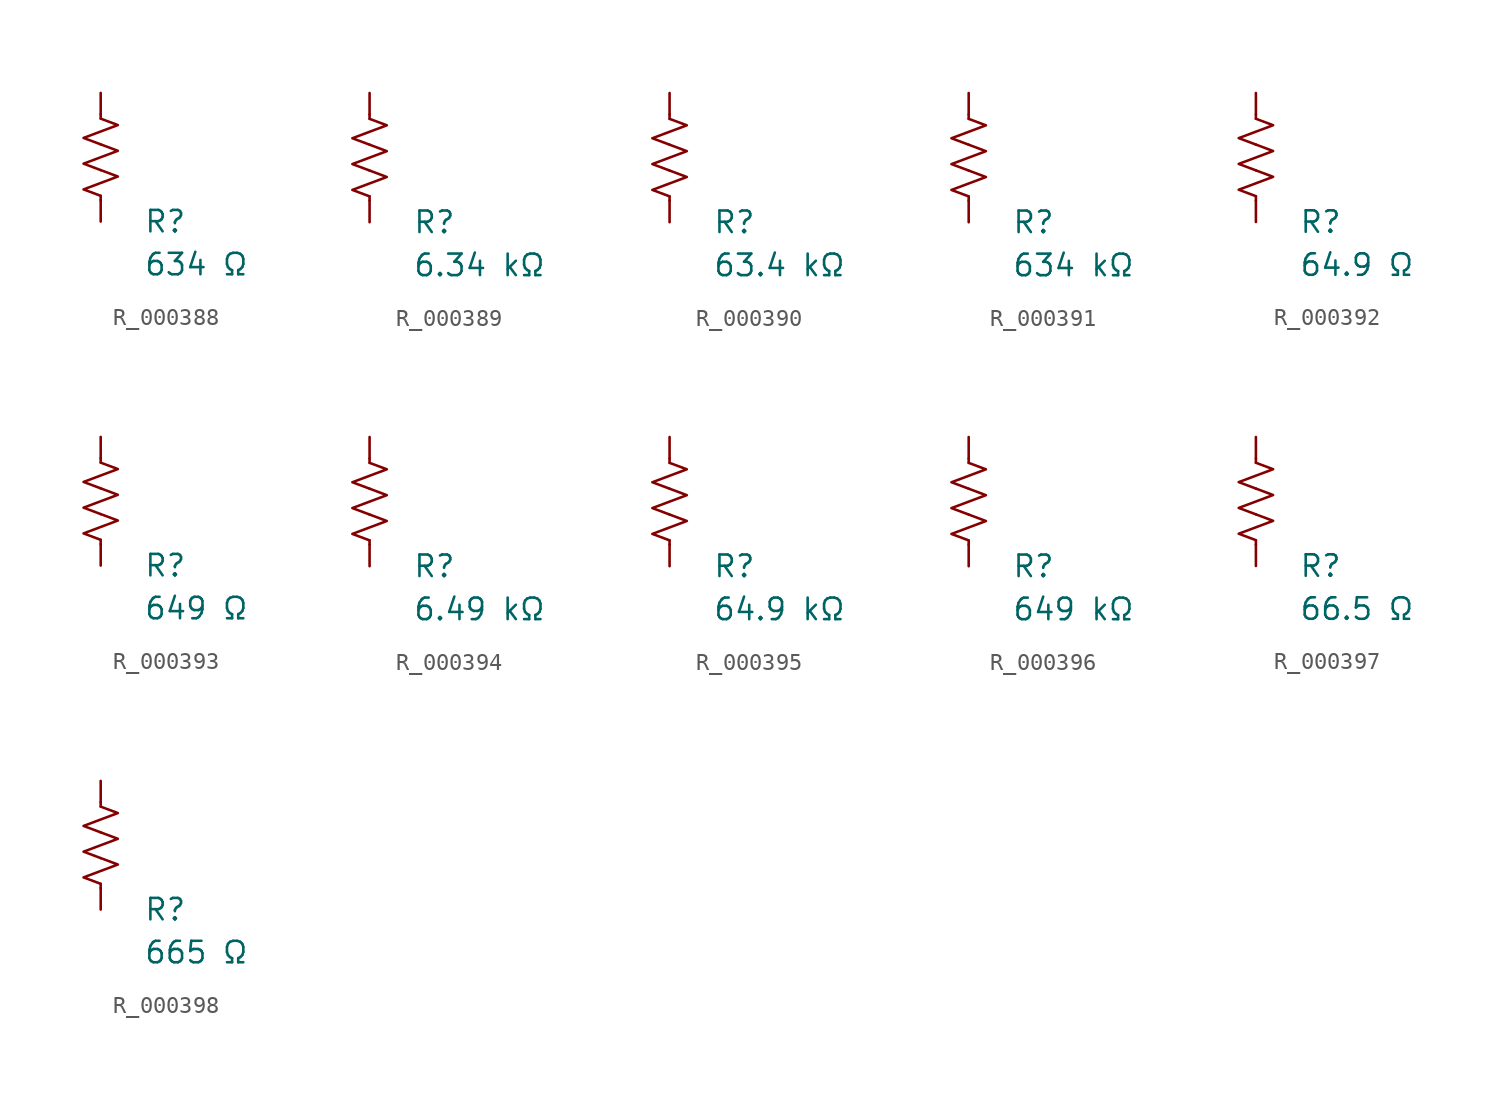
<source format=kicad_sym>
(kicad_symbol_lib
  (version 20231120)
  (generator "kicad_symbol_editor")
  (generator_version "8.0")
  (symbol "R_000388"
    (pin_numbers hide)
    (pin_names
      (offset 0))
    (property "Reference" "R"
      (at 2.54 -3.81 0)
      (effects (font (size 1.27 1.27)) (justify left))
      (show_name no))
    (property "Value" "634 Ω"
      (at 2.54 -6.35 0)
      (effects (font (size 1.27 1.27)) (justify left))
      (show_name no))
    (symbol "R_000388_0_1"
      (polyline (pts (xy 0 -2.286) (xy 0 -2.54)) (stroke (width 0) (type default)) (fill (type none)))
      (polyline (pts (xy 0 2.286) (xy 0 2.54)) (stroke (width 0) (type default)) (fill (type none)))
      (polyline (pts (xy 0 -0.762) (xy 1.016 -1.143) (xy 0 -1.524) (xy -1.016 -1.905) (xy 0 -2.286)) (stroke (width 0) (type default)) (fill (type none)))
      (polyline (pts (xy 0 0.762) (xy 1.016 0.381) (xy 0 0) (xy -1.016 -0.381) (xy 0 -0.762)) (stroke (width 0) (type default)) (fill (type none)))
      (polyline (pts (xy 0 2.286) (xy 1.016 1.905) (xy 0 1.524) (xy -1.016 1.143) (xy 0 0.762)) (stroke (width 0) (type default)) (fill (type none))))
    (symbol "R_000388_1_1"
      (pin passive line (at 0 3.81 270) (length 1.27) (name "~" (effects (font (size 1.27 1.27)))) (number "1" (effects (font (size 1.27 1.27)))))
      (pin passive line (at 0 -3.81 90) (length 1.27) (name "~" (effects (font (size 1.27 1.27)))) (number "2" (effects (font (size 1.27 1.27)))))))
  (symbol "R_000389"
    (pin_numbers hide)
    (pin_names
      (offset 0))
    (property "Reference" "R"
      (at 2.54 -3.81 0)
      (effects (font (size 1.27 1.27)) (justify left))
      (show_name no))
    (property "Value" "6.34 kΩ"
      (at 2.54 -6.35 0)
      (effects (font (size 1.27 1.27)) (justify left))
      (show_name no))
    (symbol "R_000389_0_1"
      (polyline (pts (xy 0 -2.286) (xy 0 -2.54)) (stroke (width 0) (type default)) (fill (type none)))
      (polyline (pts (xy 0 2.286) (xy 0 2.54)) (stroke (width 0) (type default)) (fill (type none)))
      (polyline (pts (xy 0 -0.762) (xy 1.016 -1.143) (xy 0 -1.524) (xy -1.016 -1.905) (xy 0 -2.286)) (stroke (width 0) (type default)) (fill (type none)))
      (polyline (pts (xy 0 0.762) (xy 1.016 0.381) (xy 0 0) (xy -1.016 -0.381) (xy 0 -0.762)) (stroke (width 0) (type default)) (fill (type none)))
      (polyline (pts (xy 0 2.286) (xy 1.016 1.905) (xy 0 1.524) (xy -1.016 1.143) (xy 0 0.762)) (stroke (width 0) (type default)) (fill (type none))))
    (symbol "R_000389_1_1"
      (pin passive line (at 0 3.81 270) (length 1.27) (name "~" (effects (font (size 1.27 1.27)))) (number "1" (effects (font (size 1.27 1.27)))))
      (pin passive line (at 0 -3.81 90) (length 1.27) (name "~" (effects (font (size 1.27 1.27)))) (number "2" (effects (font (size 1.27 1.27)))))))
  (symbol "R_000390"
    (pin_numbers hide)
    (pin_names
      (offset 0))
    (property "Reference" "R"
      (at 2.54 -3.81 0)
      (effects (font (size 1.27 1.27)) (justify left))
      (show_name no))
    (property "Value" "63.4 kΩ"
      (at 2.54 -6.35 0)
      (effects (font (size 1.27 1.27)) (justify left))
      (show_name no))
    (symbol "R_000390_0_1"
      (polyline (pts (xy 0 -2.286) (xy 0 -2.54)) (stroke (width 0) (type default)) (fill (type none)))
      (polyline (pts (xy 0 2.286) (xy 0 2.54)) (stroke (width 0) (type default)) (fill (type none)))
      (polyline (pts (xy 0 -0.762) (xy 1.016 -1.143) (xy 0 -1.524) (xy -1.016 -1.905) (xy 0 -2.286)) (stroke (width 0) (type default)) (fill (type none)))
      (polyline (pts (xy 0 0.762) (xy 1.016 0.381) (xy 0 0) (xy -1.016 -0.381) (xy 0 -0.762)) (stroke (width 0) (type default)) (fill (type none)))
      (polyline (pts (xy 0 2.286) (xy 1.016 1.905) (xy 0 1.524) (xy -1.016 1.143) (xy 0 0.762)) (stroke (width 0) (type default)) (fill (type none))))
    (symbol "R_000390_1_1"
      (pin passive line (at 0 3.81 270) (length 1.27) (name "~" (effects (font (size 1.27 1.27)))) (number "1" (effects (font (size 1.27 1.27)))))
      (pin passive line (at 0 -3.81 90) (length 1.27) (name "~" (effects (font (size 1.27 1.27)))) (number "2" (effects (font (size 1.27 1.27)))))))
  (symbol "R_000391"
    (pin_numbers hide)
    (pin_names
      (offset 0))
    (property "Reference" "R"
      (at 2.54 -3.81 0)
      (effects (font (size 1.27 1.27)) (justify left))
      (show_name no))
    (property "Value" "634 kΩ"
      (at 2.54 -6.35 0)
      (effects (font (size 1.27 1.27)) (justify left))
      (show_name no))
    (symbol "R_000391_0_1"
      (polyline (pts (xy 0 -2.286) (xy 0 -2.54)) (stroke (width 0) (type default)) (fill (type none)))
      (polyline (pts (xy 0 2.286) (xy 0 2.54)) (stroke (width 0) (type default)) (fill (type none)))
      (polyline (pts (xy 0 -0.762) (xy 1.016 -1.143) (xy 0 -1.524) (xy -1.016 -1.905) (xy 0 -2.286)) (stroke (width 0) (type default)) (fill (type none)))
      (polyline (pts (xy 0 0.762) (xy 1.016 0.381) (xy 0 0) (xy -1.016 -0.381) (xy 0 -0.762)) (stroke (width 0) (type default)) (fill (type none)))
      (polyline (pts (xy 0 2.286) (xy 1.016 1.905) (xy 0 1.524) (xy -1.016 1.143) (xy 0 0.762)) (stroke (width 0) (type default)) (fill (type none))))
    (symbol "R_000391_1_1"
      (pin passive line (at 0 3.81 270) (length 1.27) (name "~" (effects (font (size 1.27 1.27)))) (number "1" (effects (font (size 1.27 1.27)))))
      (pin passive line (at 0 -3.81 90) (length 1.27) (name "~" (effects (font (size 1.27 1.27)))) (number "2" (effects (font (size 1.27 1.27)))))))
  (symbol "R_000392"
    (pin_numbers hide)
    (pin_names
      (offset 0))
    (property "Reference" "R"
      (at 2.54 -3.81 0)
      (effects (font (size 1.27 1.27)) (justify left))
      (show_name no))
    (property "Value" "64.9 Ω"
      (at 2.54 -6.35 0)
      (effects (font (size 1.27 1.27)) (justify left))
      (show_name no))
    (symbol "R_000392_0_1"
      (polyline (pts (xy 0 -2.286) (xy 0 -2.54)) (stroke (width 0) (type default)) (fill (type none)))
      (polyline (pts (xy 0 2.286) (xy 0 2.54)) (stroke (width 0) (type default)) (fill (type none)))
      (polyline (pts (xy 0 -0.762) (xy 1.016 -1.143) (xy 0 -1.524) (xy -1.016 -1.905) (xy 0 -2.286)) (stroke (width 0) (type default)) (fill (type none)))
      (polyline (pts (xy 0 0.762) (xy 1.016 0.381) (xy 0 0) (xy -1.016 -0.381) (xy 0 -0.762)) (stroke (width 0) (type default)) (fill (type none)))
      (polyline (pts (xy 0 2.286) (xy 1.016 1.905) (xy 0 1.524) (xy -1.016 1.143) (xy 0 0.762)) (stroke (width 0) (type default)) (fill (type none))))
    (symbol "R_000392_1_1"
      (pin passive line (at 0 3.81 270) (length 1.27) (name "~" (effects (font (size 1.27 1.27)))) (number "1" (effects (font (size 1.27 1.27)))))
      (pin passive line (at 0 -3.81 90) (length 1.27) (name "~" (effects (font (size 1.27 1.27)))) (number "2" (effects (font (size 1.27 1.27)))))))
  (symbol "R_000393"
    (pin_numbers hide)
    (pin_names
      (offset 0))
    (property "Reference" "R"
      (at 2.54 -3.81 0)
      (effects (font (size 1.27 1.27)) (justify left))
      (show_name no))
    (property "Value" "649 Ω"
      (at 2.54 -6.35 0)
      (effects (font (size 1.27 1.27)) (justify left))
      (show_name no))
    (symbol "R_000393_0_1"
      (polyline (pts (xy 0 -2.286) (xy 0 -2.54)) (stroke (width 0) (type default)) (fill (type none)))
      (polyline (pts (xy 0 2.286) (xy 0 2.54)) (stroke (width 0) (type default)) (fill (type none)))
      (polyline (pts (xy 0 -0.762) (xy 1.016 -1.143) (xy 0 -1.524) (xy -1.016 -1.905) (xy 0 -2.286)) (stroke (width 0) (type default)) (fill (type none)))
      (polyline (pts (xy 0 0.762) (xy 1.016 0.381) (xy 0 0) (xy -1.016 -0.381) (xy 0 -0.762)) (stroke (width 0) (type default)) (fill (type none)))
      (polyline (pts (xy 0 2.286) (xy 1.016 1.905) (xy 0 1.524) (xy -1.016 1.143) (xy 0 0.762)) (stroke (width 0) (type default)) (fill (type none))))
    (symbol "R_000393_1_1"
      (pin passive line (at 0 3.81 270) (length 1.27) (name "~" (effects (font (size 1.27 1.27)))) (number "1" (effects (font (size 1.27 1.27)))))
      (pin passive line (at 0 -3.81 90) (length 1.27) (name "~" (effects (font (size 1.27 1.27)))) (number "2" (effects (font (size 1.27 1.27)))))))
  (symbol "R_000394"
    (pin_numbers hide)
    (pin_names
      (offset 0))
    (property "Reference" "R"
      (at 2.54 -3.81 0)
      (effects (font (size 1.27 1.27)) (justify left))
      (show_name no))
    (property "Value" "6.49 kΩ"
      (at 2.54 -6.35 0)
      (effects (font (size 1.27 1.27)) (justify left))
      (show_name no))
    (symbol "R_000394_0_1"
      (polyline (pts (xy 0 -2.286) (xy 0 -2.54)) (stroke (width 0) (type default)) (fill (type none)))
      (polyline (pts (xy 0 2.286) (xy 0 2.54)) (stroke (width 0) (type default)) (fill (type none)))
      (polyline (pts (xy 0 -0.762) (xy 1.016 -1.143) (xy 0 -1.524) (xy -1.016 -1.905) (xy 0 -2.286)) (stroke (width 0) (type default)) (fill (type none)))
      (polyline (pts (xy 0 0.762) (xy 1.016 0.381) (xy 0 0) (xy -1.016 -0.381) (xy 0 -0.762)) (stroke (width 0) (type default)) (fill (type none)))
      (polyline (pts (xy 0 2.286) (xy 1.016 1.905) (xy 0 1.524) (xy -1.016 1.143) (xy 0 0.762)) (stroke (width 0) (type default)) (fill (type none))))
    (symbol "R_000394_1_1"
      (pin passive line (at 0 3.81 270) (length 1.27) (name "~" (effects (font (size 1.27 1.27)))) (number "1" (effects (font (size 1.27 1.27)))))
      (pin passive line (at 0 -3.81 90) (length 1.27) (name "~" (effects (font (size 1.27 1.27)))) (number "2" (effects (font (size 1.27 1.27)))))))
  (symbol "R_000395"
    (pin_numbers hide)
    (pin_names
      (offset 0))
    (property "Reference" "R"
      (at 2.54 -3.81 0)
      (effects (font (size 1.27 1.27)) (justify left))
      (show_name no))
    (property "Value" "64.9 kΩ"
      (at 2.54 -6.35 0)
      (effects (font (size 1.27 1.27)) (justify left))
      (show_name no))
    (symbol "R_000395_0_1"
      (polyline (pts (xy 0 -2.286) (xy 0 -2.54)) (stroke (width 0) (type default)) (fill (type none)))
      (polyline (pts (xy 0 2.286) (xy 0 2.54)) (stroke (width 0) (type default)) (fill (type none)))
      (polyline (pts (xy 0 -0.762) (xy 1.016 -1.143) (xy 0 -1.524) (xy -1.016 -1.905) (xy 0 -2.286)) (stroke (width 0) (type default)) (fill (type none)))
      (polyline (pts (xy 0 0.762) (xy 1.016 0.381) (xy 0 0) (xy -1.016 -0.381) (xy 0 -0.762)) (stroke (width 0) (type default)) (fill (type none)))
      (polyline (pts (xy 0 2.286) (xy 1.016 1.905) (xy 0 1.524) (xy -1.016 1.143) (xy 0 0.762)) (stroke (width 0) (type default)) (fill (type none))))
    (symbol "R_000395_1_1"
      (pin passive line (at 0 3.81 270) (length 1.27) (name "~" (effects (font (size 1.27 1.27)))) (number "1" (effects (font (size 1.27 1.27)))))
      (pin passive line (at 0 -3.81 90) (length 1.27) (name "~" (effects (font (size 1.27 1.27)))) (number "2" (effects (font (size 1.27 1.27)))))))
  (symbol "R_000396"
    (pin_numbers hide)
    (pin_names
      (offset 0))
    (property "Reference" "R"
      (at 2.54 -3.81 0)
      (effects (font (size 1.27 1.27)) (justify left))
      (show_name no))
    (property "Value" "649 kΩ"
      (at 2.54 -6.35 0)
      (effects (font (size 1.27 1.27)) (justify left))
      (show_name no))
    (symbol "R_000396_0_1"
      (polyline (pts (xy 0 -2.286) (xy 0 -2.54)) (stroke (width 0) (type default)) (fill (type none)))
      (polyline (pts (xy 0 2.286) (xy 0 2.54)) (stroke (width 0) (type default)) (fill (type none)))
      (polyline (pts (xy 0 -0.762) (xy 1.016 -1.143) (xy 0 -1.524) (xy -1.016 -1.905) (xy 0 -2.286)) (stroke (width 0) (type default)) (fill (type none)))
      (polyline (pts (xy 0 0.762) (xy 1.016 0.381) (xy 0 0) (xy -1.016 -0.381) (xy 0 -0.762)) (stroke (width 0) (type default)) (fill (type none)))
      (polyline (pts (xy 0 2.286) (xy 1.016 1.905) (xy 0 1.524) (xy -1.016 1.143) (xy 0 0.762)) (stroke (width 0) (type default)) (fill (type none))))
    (symbol "R_000396_1_1"
      (pin passive line (at 0 3.81 270) (length 1.27) (name "~" (effects (font (size 1.27 1.27)))) (number "1" (effects (font (size 1.27 1.27)))))
      (pin passive line (at 0 -3.81 90) (length 1.27) (name "~" (effects (font (size 1.27 1.27)))) (number "2" (effects (font (size 1.27 1.27)))))))
  (symbol "R_000397"
    (pin_numbers hide)
    (pin_names
      (offset 0))
    (property "Reference" "R"
      (at 2.54 -3.81 0)
      (effects (font (size 1.27 1.27)) (justify left))
      (show_name no))
    (property "Value" "66.5 Ω"
      (at 2.54 -6.35 0)
      (effects (font (size 1.27 1.27)) (justify left))
      (show_name no))
    (symbol "R_000397_0_1"
      (polyline (pts (xy 0 -2.286) (xy 0 -2.54)) (stroke (width 0) (type default)) (fill (type none)))
      (polyline (pts (xy 0 2.286) (xy 0 2.54)) (stroke (width 0) (type default)) (fill (type none)))
      (polyline (pts (xy 0 -0.762) (xy 1.016 -1.143) (xy 0 -1.524) (xy -1.016 -1.905) (xy 0 -2.286)) (stroke (width 0) (type default)) (fill (type none)))
      (polyline (pts (xy 0 0.762) (xy 1.016 0.381) (xy 0 0) (xy -1.016 -0.381) (xy 0 -0.762)) (stroke (width 0) (type default)) (fill (type none)))
      (polyline (pts (xy 0 2.286) (xy 1.016 1.905) (xy 0 1.524) (xy -1.016 1.143) (xy 0 0.762)) (stroke (width 0) (type default)) (fill (type none))))
    (symbol "R_000397_1_1"
      (pin passive line (at 0 3.81 270) (length 1.27) (name "~" (effects (font (size 1.27 1.27)))) (number "1" (effects (font (size 1.27 1.27)))))
      (pin passive line (at 0 -3.81 90) (length 1.27) (name "~" (effects (font (size 1.27 1.27)))) (number "2" (effects (font (size 1.27 1.27)))))))
  (symbol "R_000398"
    (pin_numbers hide)
    (pin_names
      (offset 0))
    (property "Reference" "R"
      (at 2.54 -3.81 0)
      (effects (font (size 1.27 1.27)) (justify left))
      (show_name no))
    (property "Value" "665 Ω"
      (at 2.54 -6.35 0)
      (effects (font (size 1.27 1.27)) (justify left))
      (show_name no))
    (symbol "R_000398_0_1"
      (polyline (pts (xy 0 -2.286) (xy 0 -2.54)) (stroke (width 0) (type default)) (fill (type none)))
      (polyline (pts (xy 0 2.286) (xy 0 2.54)) (stroke (width 0) (type default)) (fill (type none)))
      (polyline (pts (xy 0 -0.762) (xy 1.016 -1.143) (xy 0 -1.524) (xy -1.016 -1.905) (xy 0 -2.286)) (stroke (width 0) (type default)) (fill (type none)))
      (polyline (pts (xy 0 0.762) (xy 1.016 0.381) (xy 0 0) (xy -1.016 -0.381) (xy 0 -0.762)) (stroke (width 0) (type default)) (fill (type none)))
      (polyline (pts (xy 0 2.286) (xy 1.016 1.905) (xy 0 1.524) (xy -1.016 1.143) (xy 0 0.762)) (stroke (width 0) (type default)) (fill (type none))))
    (symbol "R_000398_1_1"
      (pin passive line (at 0 3.81 270) (length 1.27) (name "~" (effects (font (size 1.27 1.27)))) (number "1" (effects (font (size 1.27 1.27)))))
      (pin passive line (at 0 -3.81 90) (length 1.27) (name "~" (effects (font (size 1.27 1.27)))) (number "2" (effects (font (size 1.27 1.27))))))))
</source>
